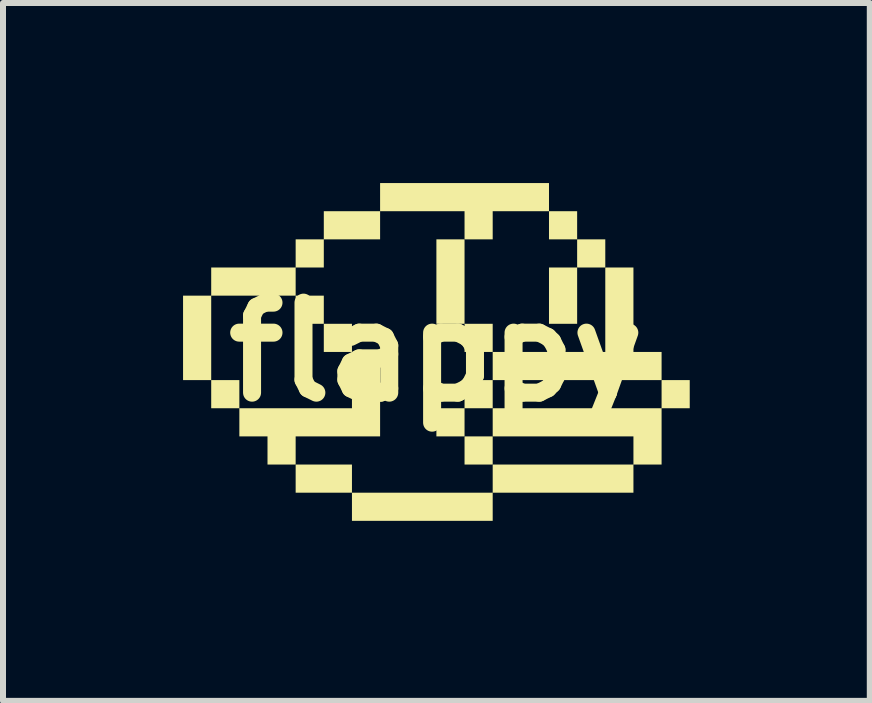
<source format=kicad_pcb>
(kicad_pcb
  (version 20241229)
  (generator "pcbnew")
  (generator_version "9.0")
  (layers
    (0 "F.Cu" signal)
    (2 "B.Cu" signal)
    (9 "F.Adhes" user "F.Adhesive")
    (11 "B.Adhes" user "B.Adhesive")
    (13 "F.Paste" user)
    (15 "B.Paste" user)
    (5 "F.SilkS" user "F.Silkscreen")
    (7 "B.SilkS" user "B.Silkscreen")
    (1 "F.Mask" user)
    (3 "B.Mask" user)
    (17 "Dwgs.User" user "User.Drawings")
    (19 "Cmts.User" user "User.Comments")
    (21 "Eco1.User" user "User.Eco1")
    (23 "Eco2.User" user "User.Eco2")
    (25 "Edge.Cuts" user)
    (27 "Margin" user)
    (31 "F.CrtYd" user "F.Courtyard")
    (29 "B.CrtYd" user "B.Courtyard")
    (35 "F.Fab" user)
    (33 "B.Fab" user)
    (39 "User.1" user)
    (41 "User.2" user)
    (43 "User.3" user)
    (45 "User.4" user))
  (footprint "flappy"
    (layer "F.Cu")
    (at 4.221 2.814)
    (property "Reference" "flappy" (at 0 0 0) (layer "F.SilkS") (effects (font (size 1.5 1.5) (thickness 0.3))))
    (attr board_only exclude_from_pos_files exclude_from_bom)
    (fp_poly (pts (xy -1.876 -0.704) (xy -1.876 -0.469) (xy -2.111 -0.469) (xy -2.345 -0.469) (xy -2.345 -0.704) (xy -2.345 -0.938) (xy -2.111 -0.938) (xy -1.876 -0.938)) (stroke (width 0) (type solid)) (fill yes) (layer "F.SilkS"))
    (fp_poly (pts (xy -1.407 -0.235) (xy -1.407 0) (xy -1.642 0) (xy -1.876 0) (xy -1.876 -0.235) (xy -1.876 -0.469) (xy -1.642 -0.469) (xy -1.407 -0.469)) (stroke (width 0) (type solid)) (fill yes) (layer "F.SilkS"))
    (fp_poly (pts (xy 0.469 -1.173) (xy 0.469 -0.469) (xy 0.235 -0.469) (xy 0 -0.469) (xy 0 -1.173) (xy 0 -1.876) (xy 0.235 -1.876) (xy 0.469 -1.876)) (stroke (width 0) (type solid)) (fill yes) (layer "F.SilkS"))
    (fp_poly (pts (xy 0.938 -0.235) (xy 0.938 0) (xy 0.704 0) (xy 0.469 0) (xy 0.469 -0.235) (xy 0.469 -0.469) (xy 0.704 -0.469) (xy 0.938 -0.469)) (stroke (width 0) (type solid)) (fill yes) (layer "F.SilkS"))
    (fp_poly (pts (xy 0.938 1.642) (xy 0.938 1.876) (xy 0.704 1.876) (xy 0.469 1.876) (xy 0.469 1.642) (xy 0.469 1.407) (xy 0.704 1.407) (xy 0.938 1.407)) (stroke (width 0) (type solid)) (fill yes) (layer "F.SilkS"))
    (fp_poly (pts (xy 2.345 -2.111) (xy 2.345 -1.876) (xy 2.111 -1.876) (xy 1.876 -1.876) (xy 1.876 -2.111) (xy 1.876 -2.345) (xy 2.111 -2.345) (xy 2.345 -2.345)) (stroke (width 0) (type solid)) (fill yes) (layer "F.SilkS"))
    (fp_poly (pts (xy 2.345 -0.938) (xy 2.345 -0.469) (xy 2.111 -0.469) (xy 1.876 -0.469) (xy 1.876 -0.938) (xy 1.876 -1.407) (xy 2.111 -1.407) (xy 2.345 -1.407)) (stroke (width 0) (type solid)) (fill yes) (layer "F.SilkS"))
    (fp_poly (pts (xy 2.814 -1.642) (xy 2.814 -1.407) (xy 2.58 -1.407) (xy 2.345 -1.407) (xy 2.345 -1.642) (xy 2.345 -1.876) (xy 2.58 -1.876) (xy 2.814 -1.876)) (stroke (width 0) (type solid)) (fill yes) (layer "F.SilkS"))
    (fp_poly (pts (xy 0.938 0.704) (xy 0.938 0.938) (xy 0.704 0.938) (xy 0.469 0.938) (xy 0.469 1.173) (xy 0.469 1.407) (xy 0.235 1.407) (xy 0 1.407) (xy 0 1.173) (xy 0 0.938) (xy 0.235 0.938) (xy 0.469 0.938) (xy 0.469 0.704) (xy 0.469 0.469) (xy 0.704 0.469) (xy 0.938 0.469)) (stroke (width 0) (type solid)) (fill yes) (layer "F.SilkS"))
    (fp_poly (pts (xy 3.283 -0.704) (xy 3.283 0) (xy 3.518 0) (xy 3.752 0) (xy 3.752 0.235) (xy 3.752 0.469) (xy 2.345 0.469) (xy 0.938 0.469) (xy 0.938 0.235) (xy 0.938 0) (xy 1.876 0) (xy 2.814 0) (xy 2.814 -0.704) (xy 2.814 -1.407) (xy 3.049 -1.407) (xy 3.283 -1.407)) (stroke (width 0) (type solid)) (fill yes) (layer "F.SilkS"))
    (fp_poly (pts (xy -0.938 0.704) (xy -0.938 1.407) (xy -1.642 1.407) (xy -2.345 1.407) (xy -2.345 1.642) (xy -2.345 1.876) (xy -2.58 1.876) (xy -2.814 1.876) (xy -2.814 1.642) (xy -2.814 1.407) (xy -3.049 1.407) (xy -3.283 1.407) (xy -3.283 1.173) (xy -3.283 0.938) (xy -3.518 0.938) (xy -3.752 0.938) (xy -3.752 0.704) (xy -3.752 0.469) (xy -3.518 0.469) (xy -3.283 0.469) (xy -3.283 0.704) (xy -3.283 0.938) (xy -2.345 0.938) (xy -1.407 0.938) (xy -1.407 0.469) (xy -1.407 0) (xy -1.173 0) (xy -0.938 0)) (stroke (width 0) (type solid)) (fill yes) (layer "F.SilkS"))
    (fp_poly (pts (xy 4.221 0.704) (xy 4.221 0.938) (xy 3.987 0.938) (xy 3.752 0.938) (xy 3.752 1.407) (xy 3.752 1.876) (xy 3.518 1.876) (xy 3.283 1.876) (xy 3.283 2.111) (xy 3.283 2.345) (xy 2.111 2.345) (xy 0.938 2.345) (xy 0.938 2.58) (xy 0.938 2.814) (xy -0.235 2.814) (xy -1.407 2.814) (xy -1.407 2.58) (xy -1.407 2.345) (xy -1.876 2.345) (xy -2.345 2.345) (xy -2.345 2.111) (xy -2.345 1.876) (xy -1.876 1.876) (xy -1.407 1.876) (xy -1.407 2.111) (xy -1.407 2.345) (xy -0.235 2.345) (xy 0.938 2.345) (xy 0.938 2.111) (xy 0.938 1.876) (xy 2.111 1.876) (xy 3.283 1.876) (xy 3.283 1.642) (xy 3.283 1.407) (xy 2.111 1.407) (xy 0.938 1.407) (xy 0.938 1.173) (xy 0.938 0.938) (xy 2.345 0.938) (xy 3.752 0.938) (xy 3.752 0.704) (xy 3.752 0.469) (xy 3.987 0.469) (xy 4.221 0.469)) (stroke (width 0) (type solid)) (fill yes) (layer "F.SilkS"))
    (fp_poly (pts (xy 1.876 -2.58) (xy 1.876 -2.345) (xy 1.407 -2.345) (xy 0.938 -2.345) (xy 0.938 -2.111) (xy 0.938 -1.876) (xy 0.704 -1.876) (xy 0.469 -1.876) (xy 0.469 -2.111) (xy 0.469 -2.345) (xy -0.235 -2.345) (xy -0.938 -2.345) (xy -0.938 -2.111) (xy -0.938 -1.876) (xy -1.407 -1.876) (xy -1.876 -1.876) (xy -1.876 -1.642) (xy -1.876 -1.407) (xy -2.111 -1.407) (xy -2.345 -1.407) (xy -2.345 -1.173) (xy -2.345 -0.938) (xy -3.049 -0.938) (xy -3.752 -0.938) (xy -3.752 -0.235) (xy -3.752 0.469) (xy -3.987 0.469) (xy -4.221 0.469) (xy -4.221 -0.235) (xy -4.221 -0.938) (xy -3.987 -0.938) (xy -3.752 -0.938) (xy -3.752 -1.173) (xy -3.752 -1.407) (xy -3.049 -1.407) (xy -2.345 -1.407) (xy -2.345 -1.642) (xy -2.345 -1.876) (xy -2.111 -1.876) (xy -1.876 -1.876) (xy -1.876 -2.111) (xy -1.876 -2.345) (xy -1.407 -2.345) (xy -0.938 -2.345) (xy -0.938 -2.58) (xy -0.938 -2.814) (xy 0.469 -2.814) (xy 1.876 -2.814)) (stroke (width 0) (type solid)) (fill yes) (layer "F.SilkS")))
  (gr_rect
    (start -3 -3)
    (end 11.442 8.628)
    (stroke (width 0.1) (type default))
    (fill no)
    (layer "Edge.Cuts")))
</source>
